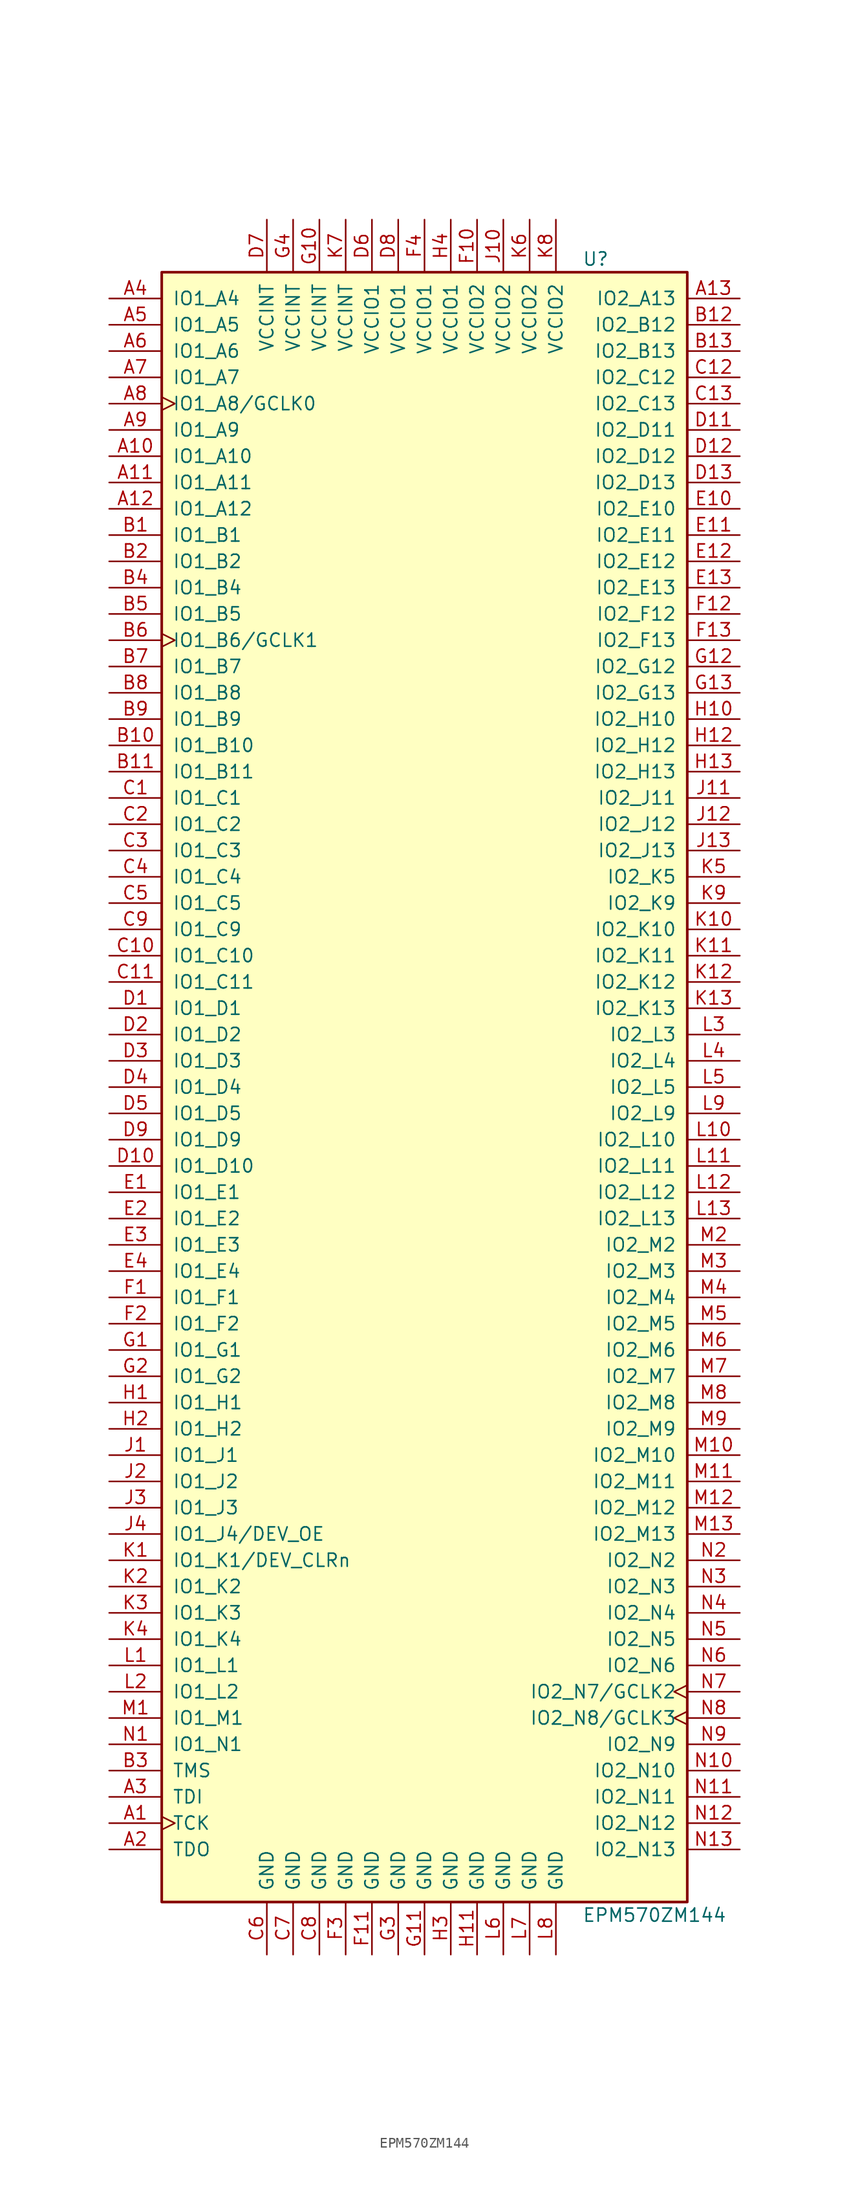
<source format=kicad_sym>
(kicad_symbol_lib
  (version 20201005)
  (generator kicad_symbol_editor)
  (symbol "CPLD_Altera:EPM570ZM144"
    (pin_names
      (offset 1.016))
    (property "Reference" "U"
      (at 15.24 80.01 0)
      (effects (font (size 1.27 1.27)) (justify left)))
    (property "Value" "EPM570ZM144"
      (at 15.24 -80.01 0)
      (effects (font (size 1.27 1.27)) (justify left)))
    (property "ki_locked" ""
      (at 0 0 0)
      (effects (font (size 1.27 1.27))))
    (symbol "EPM570ZM144_1_1"
      (rectangle (start -25.4 78.74) (end 25.4 -78.74) (stroke (width 0.254)) (fill (type background)))
      (pin bidirectional line (at -30.48 76.2 0) (length 5.08) (name "IO1_A4" (effects (font (size 1.27 1.27)))) (number "A4" (effects (font (size 1.27 1.27)))))
      (pin bidirectional line (at -30.48 73.66 0) (length 5.08) (name "IO1_A5" (effects (font (size 1.27 1.27)))) (number "A5" (effects (font (size 1.27 1.27)))))
      (pin bidirectional line (at -30.48 71.12 0) (length 5.08) (name "IO1_A6" (effects (font (size 1.27 1.27)))) (number "A6" (effects (font (size 1.27 1.27)))))
      (pin bidirectional line (at -30.48 68.58 0) (length 5.08) (name "IO1_A7" (effects (font (size 1.27 1.27)))) (number "A7" (effects (font (size 1.27 1.27)))))
      (pin bidirectional clock (at -30.48 66.04 0) (length 5.08) (name "IO1_A8/GCLK0" (effects (font (size 1.27 1.27)))) (number "A8" (effects (font (size 1.27 1.27)))))
      (pin bidirectional line (at -30.48 63.5 0) (length 5.08) (name "IO1_A9" (effects (font (size 1.27 1.27)))) (number "A9" (effects (font (size 1.27 1.27)))))
      (pin bidirectional line (at -30.48 60.96 0) (length 5.08) (name "IO1_A10" (effects (font (size 1.27 1.27)))) (number "A10" (effects (font (size 1.27 1.27)))))
      (pin bidirectional line (at -30.48 58.42 0) (length 5.08) (name "IO1_A11" (effects (font (size 1.27 1.27)))) (number "A11" (effects (font (size 1.27 1.27)))))
      (pin bidirectional line (at -30.48 55.88 0) (length 5.08) (name "IO1_A12" (effects (font (size 1.27 1.27)))) (number "A12" (effects (font (size 1.27 1.27)))))
      (pin bidirectional line (at 30.48 76.2 180) (length 5.08) (name "IO2_A13" (effects (font (size 1.27 1.27)))) (number "A13" (effects (font (size 1.27 1.27)))))
      (pin bidirectional line (at -30.48 53.34 0) (length 5.08) (name "IO1_B1" (effects (font (size 1.27 1.27)))) (number "B1" (effects (font (size 1.27 1.27)))))
      (pin bidirectional line (at -30.48 50.8 0) (length 5.08) (name "IO1_B2" (effects (font (size 1.27 1.27)))) (number "B2" (effects (font (size 1.27 1.27)))))
      (pin bidirectional line (at -30.48 48.26 0) (length 5.08) (name "IO1_B4" (effects (font (size 1.27 1.27)))) (number "B4" (effects (font (size 1.27 1.27)))))
      (pin bidirectional line (at -30.48 45.72 0) (length 5.08) (name "IO1_B5" (effects (font (size 1.27 1.27)))) (number "B5" (effects (font (size 1.27 1.27)))))
      (pin bidirectional clock (at -30.48 43.18 0) (length 5.08) (name "IO1_B6/GCLK1" (effects (font (size 1.27 1.27)))) (number "B6" (effects (font (size 1.27 1.27)))))
      (pin bidirectional line (at -30.48 40.64 0) (length 5.08) (name "IO1_B7" (effects (font (size 1.27 1.27)))) (number "B7" (effects (font (size 1.27 1.27)))))
      (pin bidirectional line (at -30.48 38.1 0) (length 5.08) (name "IO1_B8" (effects (font (size 1.27 1.27)))) (number "B8" (effects (font (size 1.27 1.27)))))
      (pin bidirectional line (at -30.48 35.56 0) (length 5.08) (name "IO1_B9" (effects (font (size 1.27 1.27)))) (number "B9" (effects (font (size 1.27 1.27)))))
      (pin bidirectional line (at -30.48 33.02 0) (length 5.08) (name "IO1_B10" (effects (font (size 1.27 1.27)))) (number "B10" (effects (font (size 1.27 1.27)))))
      (pin bidirectional line (at -30.48 30.48 0) (length 5.08) (name "IO1_B11" (effects (font (size 1.27 1.27)))) (number "B11" (effects (font (size 1.27 1.27)))))
      (pin bidirectional line (at 30.48 73.66 180) (length 5.08) (name "IO2_B12" (effects (font (size 1.27 1.27)))) (number "B12" (effects (font (size 1.27 1.27)))))
      (pin bidirectional line (at 30.48 71.12 180) (length 5.08) (name "IO2_B13" (effects (font (size 1.27 1.27)))) (number "B13" (effects (font (size 1.27 1.27)))))
      (pin bidirectional line (at -30.48 27.94 0) (length 5.08) (name "IO1_C1" (effects (font (size 1.27 1.27)))) (number "C1" (effects (font (size 1.27 1.27)))))
      (pin bidirectional line (at -30.48 25.4 0) (length 5.08) (name "IO1_C2" (effects (font (size 1.27 1.27)))) (number "C2" (effects (font (size 1.27 1.27)))))
      (pin bidirectional line (at -30.48 22.86 0) (length 5.08) (name "IO1_C3" (effects (font (size 1.27 1.27)))) (number "C3" (effects (font (size 1.27 1.27)))))
      (pin bidirectional line (at -30.48 20.32 0) (length 5.08) (name "IO1_C4" (effects (font (size 1.27 1.27)))) (number "C4" (effects (font (size 1.27 1.27)))))
      (pin bidirectional line (at -30.48 17.78 0) (length 5.08) (name "IO1_C5" (effects (font (size 1.27 1.27)))) (number "C5" (effects (font (size 1.27 1.27)))))
      (pin bidirectional line (at -30.48 15.24 0) (length 5.08) (name "IO1_C9" (effects (font (size 1.27 1.27)))) (number "C9" (effects (font (size 1.27 1.27)))))
      (pin bidirectional line (at -30.48 12.7 0) (length 5.08) (name "IO1_C10" (effects (font (size 1.27 1.27)))) (number "C10" (effects (font (size 1.27 1.27)))))
      (pin bidirectional line (at -30.48 10.16 0) (length 5.08) (name "IO1_C11" (effects (font (size 1.27 1.27)))) (number "C11" (effects (font (size 1.27 1.27)))))
      (pin bidirectional line (at 30.48 68.58 180) (length 5.08) (name "IO2_C12" (effects (font (size 1.27 1.27)))) (number "C12" (effects (font (size 1.27 1.27)))))
      (pin bidirectional line (at 30.48 66.04 180) (length 5.08) (name "IO2_C13" (effects (font (size 1.27 1.27)))) (number "C13" (effects (font (size 1.27 1.27)))))
      (pin bidirectional line (at -30.48 7.62 0) (length 5.08) (name "IO1_D1" (effects (font (size 1.27 1.27)))) (number "D1" (effects (font (size 1.27 1.27)))))
      (pin bidirectional line (at -30.48 5.08 0) (length 5.08) (name "IO1_D2" (effects (font (size 1.27 1.27)))) (number "D2" (effects (font (size 1.27 1.27)))))
      (pin bidirectional line (at -30.48 2.54 0) (length 5.08) (name "IO1_D3" (effects (font (size 1.27 1.27)))) (number "D3" (effects (font (size 1.27 1.27)))))
      (pin bidirectional line (at -30.48 0 0) (length 5.08) (name "IO1_D4" (effects (font (size 1.27 1.27)))) (number "D4" (effects (font (size 1.27 1.27)))))
      (pin bidirectional line (at -30.48 -2.54 0) (length 5.08) (name "IO1_D5" (effects (font (size 1.27 1.27)))) (number "D5" (effects (font (size 1.27 1.27)))))
      (pin bidirectional line (at -30.48 -5.08 0) (length 5.08) (name "IO1_D9" (effects (font (size 1.27 1.27)))) (number "D9" (effects (font (size 1.27 1.27)))))
      (pin bidirectional line (at -30.48 -7.62 0) (length 5.08) (name "IO1_D10" (effects (font (size 1.27 1.27)))) (number "D10" (effects (font (size 1.27 1.27)))))
      (pin bidirectional line (at 30.48 63.5 180) (length 5.08) (name "IO2_D11" (effects (font (size 1.27 1.27)))) (number "D11" (effects (font (size 1.27 1.27)))))
      (pin bidirectional line (at 30.48 60.96 180) (length 5.08) (name "IO2_D12" (effects (font (size 1.27 1.27)))) (number "D12" (effects (font (size 1.27 1.27)))))
      (pin bidirectional line (at 30.48 58.42 180) (length 5.08) (name "IO2_D13" (effects (font (size 1.27 1.27)))) (number "D13" (effects (font (size 1.27 1.27)))))
      (pin bidirectional line (at -30.48 -10.16 0) (length 5.08) (name "IO1_E1" (effects (font (size 1.27 1.27)))) (number "E1" (effects (font (size 1.27 1.27)))))
      (pin bidirectional line (at -30.48 -12.7 0) (length 5.08) (name "IO1_E2" (effects (font (size 1.27 1.27)))) (number "E2" (effects (font (size 1.27 1.27)))))
      (pin bidirectional line (at -30.48 -15.24 0) (length 5.08) (name "IO1_E3" (effects (font (size 1.27 1.27)))) (number "E3" (effects (font (size 1.27 1.27)))))
      (pin bidirectional line (at -30.48 -17.78 0) (length 5.08) (name "IO1_E4" (effects (font (size 1.27 1.27)))) (number "E4" (effects (font (size 1.27 1.27)))))
      (pin bidirectional line (at 30.48 55.88 180) (length 5.08) (name "IO2_E10" (effects (font (size 1.27 1.27)))) (number "E10" (effects (font (size 1.27 1.27)))))
      (pin bidirectional line (at 30.48 53.34 180) (length 5.08) (name "IO2_E11" (effects (font (size 1.27 1.27)))) (number "E11" (effects (font (size 1.27 1.27)))))
      (pin bidirectional line (at 30.48 50.8 180) (length 5.08) (name "IO2_E12" (effects (font (size 1.27 1.27)))) (number "E12" (effects (font (size 1.27 1.27)))))
      (pin bidirectional line (at 30.48 48.26 180) (length 5.08) (name "IO2_E13" (effects (font (size 1.27 1.27)))) (number "E13" (effects (font (size 1.27 1.27)))))
      (pin bidirectional line (at -30.48 -20.32 0) (length 5.08) (name "IO1_F1" (effects (font (size 1.27 1.27)))) (number "F1" (effects (font (size 1.27 1.27)))))
      (pin bidirectional line (at -30.48 -22.86 0) (length 5.08) (name "IO1_F2" (effects (font (size 1.27 1.27)))) (number "F2" (effects (font (size 1.27 1.27)))))
      (pin bidirectional line (at 30.48 45.72 180) (length 5.08) (name "IO2_F12" (effects (font (size 1.27 1.27)))) (number "F12" (effects (font (size 1.27 1.27)))))
      (pin bidirectional line (at 30.48 43.18 180) (length 5.08) (name "IO2_F13" (effects (font (size 1.27 1.27)))) (number "F13" (effects (font (size 1.27 1.27)))))
      (pin bidirectional line (at -30.48 -25.4 0) (length 5.08) (name "IO1_G1" (effects (font (size 1.27 1.27)))) (number "G1" (effects (font (size 1.27 1.27)))))
      (pin bidirectional line (at -30.48 -27.94 0) (length 5.08) (name "IO1_G2" (effects (font (size 1.27 1.27)))) (number "G2" (effects (font (size 1.27 1.27)))))
      (pin bidirectional line (at 30.48 40.64 180) (length 5.08) (name "IO2_G12" (effects (font (size 1.27 1.27)))) (number "G12" (effects (font (size 1.27 1.27)))))
      (pin bidirectional line (at 30.48 38.1 180) (length 5.08) (name "IO2_G13" (effects (font (size 1.27 1.27)))) (number "G13" (effects (font (size 1.27 1.27)))))
      (pin bidirectional line (at -30.48 -30.48 0) (length 5.08) (name "IO1_H1" (effects (font (size 1.27 1.27)))) (number "H1" (effects (font (size 1.27 1.27)))))
      (pin bidirectional line (at -30.48 -33.02 0) (length 5.08) (name "IO1_H2" (effects (font (size 1.27 1.27)))) (number "H2" (effects (font (size 1.27 1.27)))))
      (pin bidirectional line (at 30.48 35.56 180) (length 5.08) (name "IO2_H10" (effects (font (size 1.27 1.27)))) (number "H10" (effects (font (size 1.27 1.27)))))
      (pin bidirectional line (at 30.48 33.02 180) (length 5.08) (name "IO2_H12" (effects (font (size 1.27 1.27)))) (number "H12" (effects (font (size 1.27 1.27)))))
      (pin bidirectional line (at 30.48 30.48 180) (length 5.08) (name "IO2_H13" (effects (font (size 1.27 1.27)))) (number "H13" (effects (font (size 1.27 1.27)))))
      (pin bidirectional line (at -30.48 -35.56 0) (length 5.08) (name "IO1_J1" (effects (font (size 1.27 1.27)))) (number "J1" (effects (font (size 1.27 1.27)))))
      (pin bidirectional line (at -30.48 -38.1 0) (length 5.08) (name "IO1_J2" (effects (font (size 1.27 1.27)))) (number "J2" (effects (font (size 1.27 1.27)))))
      (pin bidirectional line (at -30.48 -40.64 0) (length 5.08) (name "IO1_J3" (effects (font (size 1.27 1.27)))) (number "J3" (effects (font (size 1.27 1.27)))))
      (pin bidirectional line (at -30.48 -43.18 0) (length 5.08) (name "IO1_J4/DEV_OE" (effects (font (size 1.27 1.27)))) (number "J4" (effects (font (size 1.27 1.27)))))
      (pin bidirectional line (at 30.48 27.94 180) (length 5.08) (name "IO2_J11" (effects (font (size 1.27 1.27)))) (number "J11" (effects (font (size 1.27 1.27)))))
      (pin bidirectional line (at 30.48 25.4 180) (length 5.08) (name "IO2_J12" (effects (font (size 1.27 1.27)))) (number "J12" (effects (font (size 1.27 1.27)))))
      (pin bidirectional line (at 30.48 22.86 180) (length 5.08) (name "IO2_J13" (effects (font (size 1.27 1.27)))) (number "J13" (effects (font (size 1.27 1.27)))))
      (pin bidirectional line (at -30.48 -45.72 0) (length 5.08) (name "IO1_K1/DEV_CLRn" (effects (font (size 1.27 1.27)))) (number "K1" (effects (font (size 1.27 1.27)))))
      (pin bidirectional line (at -30.48 -48.26 0) (length 5.08) (name "IO1_K2" (effects (font (size 1.27 1.27)))) (number "K2" (effects (font (size 1.27 1.27)))))
      (pin bidirectional line (at -30.48 -50.8 0) (length 5.08) (name "IO1_K3" (effects (font (size 1.27 1.27)))) (number "K3" (effects (font (size 1.27 1.27)))))
      (pin bidirectional line (at -30.48 -53.34 0) (length 5.08) (name "IO1_K4" (effects (font (size 1.27 1.27)))) (number "K4" (effects (font (size 1.27 1.27)))))
      (pin bidirectional line (at 30.48 20.32 180) (length 5.08) (name "IO2_K5" (effects (font (size 1.27 1.27)))) (number "K5" (effects (font (size 1.27 1.27)))))
      (pin bidirectional line (at 30.48 17.78 180) (length 5.08) (name "IO2_K9" (effects (font (size 1.27 1.27)))) (number "K9" (effects (font (size 1.27 1.27)))))
      (pin bidirectional line (at 30.48 15.24 180) (length 5.08) (name "IO2_K10" (effects (font (size 1.27 1.27)))) (number "K10" (effects (font (size 1.27 1.27)))))
      (pin bidirectional line (at 30.48 12.7 180) (length 5.08) (name "IO2_K11" (effects (font (size 1.27 1.27)))) (number "K11" (effects (font (size 1.27 1.27)))))
      (pin bidirectional line (at 30.48 10.16 180) (length 5.08) (name "IO2_K12" (effects (font (size 1.27 1.27)))) (number "K12" (effects (font (size 1.27 1.27)))))
      (pin bidirectional line (at 30.48 7.62 180) (length 5.08) (name "IO2_K13" (effects (font (size 1.27 1.27)))) (number "K13" (effects (font (size 1.27 1.27)))))
      (pin bidirectional line (at -30.48 -55.88 0) (length 5.08) (name "IO1_L1" (effects (font (size 1.27 1.27)))) (number "L1" (effects (font (size 1.27 1.27)))))
      (pin bidirectional line (at -30.48 -58.42 0) (length 5.08) (name "IO1_L2" (effects (font (size 1.27 1.27)))) (number "L2" (effects (font (size 1.27 1.27)))))
      (pin bidirectional line (at 30.48 5.08 180) (length 5.08) (name "IO2_L3" (effects (font (size 1.27 1.27)))) (number "L3" (effects (font (size 1.27 1.27)))))
      (pin bidirectional line (at 30.48 2.54 180) (length 5.08) (name "IO2_L4" (effects (font (size 1.27 1.27)))) (number "L4" (effects (font (size 1.27 1.27)))))
      (pin bidirectional line (at 30.48 0 180) (length 5.08) (name "IO2_L5" (effects (font (size 1.27 1.27)))) (number "L5" (effects (font (size 1.27 1.27)))))
      (pin bidirectional line (at 30.48 -2.54 180) (length 5.08) (name "IO2_L9" (effects (font (size 1.27 1.27)))) (number "L9" (effects (font (size 1.27 1.27)))))
      (pin bidirectional line (at 30.48 -5.08 180) (length 5.08) (name "IO2_L10" (effects (font (size 1.27 1.27)))) (number "L10" (effects (font (size 1.27 1.27)))))
      (pin bidirectional line (at 30.48 -7.62 180) (length 5.08) (name "IO2_L11" (effects (font (size 1.27 1.27)))) (number "L11" (effects (font (size 1.27 1.27)))))
      (pin bidirectional line (at 30.48 -10.16 180) (length 5.08) (name "IO2_L12" (effects (font (size 1.27 1.27)))) (number "L12" (effects (font (size 1.27 1.27)))))
      (pin bidirectional line (at 30.48 -12.7 180) (length 5.08) (name "IO2_L13" (effects (font (size 1.27 1.27)))) (number "L13" (effects (font (size 1.27 1.27)))))
      (pin bidirectional line (at -30.48 -60.96 0) (length 5.08) (name "IO1_M1" (effects (font (size 1.27 1.27)))) (number "M1" (effects (font (size 1.27 1.27)))))
      (pin bidirectional line (at 30.48 -15.24 180) (length 5.08) (name "IO2_M2" (effects (font (size 1.27 1.27)))) (number "M2" (effects (font (size 1.27 1.27)))))
      (pin bidirectional line (at 30.48 -17.78 180) (length 5.08) (name "IO2_M3" (effects (font (size 1.27 1.27)))) (number "M3" (effects (font (size 1.27 1.27)))))
      (pin bidirectional line (at 30.48 -20.32 180) (length 5.08) (name "IO2_M4" (effects (font (size 1.27 1.27)))) (number "M4" (effects (font (size 1.27 1.27)))))
      (pin bidirectional line (at 30.48 -22.86 180) (length 5.08) (name "IO2_M5" (effects (font (size 1.27 1.27)))) (number "M5" (effects (font (size 1.27 1.27)))))
      (pin bidirectional line (at 30.48 -25.4 180) (length 5.08) (name "IO2_M6" (effects (font (size 1.27 1.27)))) (number "M6" (effects (font (size 1.27 1.27)))))
      (pin bidirectional line (at 30.48 -27.94 180) (length 5.08) (name "IO2_M7" (effects (font (size 1.27 1.27)))) (number "M7" (effects (font (size 1.27 1.27)))))
      (pin bidirectional line (at 30.48 -30.48 180) (length 5.08) (name "IO2_M8" (effects (font (size 1.27 1.27)))) (number "M8" (effects (font (size 1.27 1.27)))))
      (pin bidirectional line (at 30.48 -33.02 180) (length 5.08) (name "IO2_M9" (effects (font (size 1.27 1.27)))) (number "M9" (effects (font (size 1.27 1.27)))))
      (pin bidirectional line (at 30.48 -35.56 180) (length 5.08) (name "IO2_M10" (effects (font (size 1.27 1.27)))) (number "M10" (effects (font (size 1.27 1.27)))))
      (pin bidirectional line (at 30.48 -38.1 180) (length 5.08) (name "IO2_M11" (effects (font (size 1.27 1.27)))) (number "M11" (effects (font (size 1.27 1.27)))))
      (pin bidirectional line (at 30.48 -40.64 180) (length 5.08) (name "IO2_M12" (effects (font (size 1.27 1.27)))) (number "M12" (effects (font (size 1.27 1.27)))))
      (pin bidirectional line (at 30.48 -43.18 180) (length 5.08) (name "IO2_M13" (effects (font (size 1.27 1.27)))) (number "M13" (effects (font (size 1.27 1.27)))))
      (pin bidirectional line (at -30.48 -63.5 0) (length 5.08) (name "IO1_N1" (effects (font (size 1.27 1.27)))) (number "N1" (effects (font (size 1.27 1.27)))))
      (pin bidirectional line (at 30.48 -45.72 180) (length 5.08) (name "IO2_N2" (effects (font (size 1.27 1.27)))) (number "N2" (effects (font (size 1.27 1.27)))))
      (pin bidirectional line (at 30.48 -48.26 180) (length 5.08) (name "IO2_N3" (effects (font (size 1.27 1.27)))) (number "N3" (effects (font (size 1.27 1.27)))))
      (pin bidirectional line (at 30.48 -50.8 180) (length 5.08) (name "IO2_N4" (effects (font (size 1.27 1.27)))) (number "N4" (effects (font (size 1.27 1.27)))))
      (pin bidirectional line (at 30.48 -53.34 180) (length 5.08) (name "IO2_N5" (effects (font (size 1.27 1.27)))) (number "N5" (effects (font (size 1.27 1.27)))))
      (pin bidirectional line (at 30.48 -55.88 180) (length 5.08) (name "IO2_N6" (effects (font (size 1.27 1.27)))) (number "N6" (effects (font (size 1.27 1.27)))))
      (pin bidirectional clock (at 30.48 -58.42 180) (length 5.08) (name "IO2_N7/GCLK2" (effects (font (size 1.27 1.27)))) (number "N7" (effects (font (size 1.27 1.27)))))
      (pin bidirectional clock (at 30.48 -60.96 180) (length 5.08) (name "IO2_N8/GCLK3" (effects (font (size 1.27 1.27)))) (number "N8" (effects (font (size 1.27 1.27)))))
      (pin bidirectional line (at 30.48 -63.5 180) (length 5.08) (name "IO2_N9" (effects (font (size 1.27 1.27)))) (number "N9" (effects (font (size 1.27 1.27)))))
      (pin bidirectional line (at 30.48 -66.04 180) (length 5.08) (name "IO2_N10" (effects (font (size 1.27 1.27)))) (number "N10" (effects (font (size 1.27 1.27)))))
      (pin bidirectional line (at 30.48 -68.58 180) (length 5.08) (name "IO2_N11" (effects (font (size 1.27 1.27)))) (number "N11" (effects (font (size 1.27 1.27)))))
      (pin bidirectional line (at 30.48 -71.12 180) (length 5.08) (name "IO2_N12" (effects (font (size 1.27 1.27)))) (number "N12" (effects (font (size 1.27 1.27)))))
      (pin bidirectional line (at 30.48 -73.66 180) (length 5.08) (name "IO2_N13" (effects (font (size 1.27 1.27)))) (number "N13" (effects (font (size 1.27 1.27)))))
      (pin input line (at -30.48 -66.04 0) (length 5.08) (name "TMS" (effects (font (size 1.27 1.27)))) (number "B3" (effects (font (size 1.27 1.27)))))
      (pin input line (at -30.48 -68.58 0) (length 5.08) (name "TDI" (effects (font (size 1.27 1.27)))) (number "A3" (effects (font (size 1.27 1.27)))))
      (pin input clock (at -30.48 -71.12 0) (length 5.08) (name "TCK" (effects (font (size 1.27 1.27)))) (number "A1" (effects (font (size 1.27 1.27)))))
      (pin output line (at -30.48 -73.66 0) (length 5.08) (name "TDO" (effects (font (size 1.27 1.27)))) (number "A2" (effects (font (size 1.27 1.27)))))
      (pin power_in line (at -15.24 -83.82 90) (length 5.08) (name "GND" (effects (font (size 1.27 1.27)))) (number "C6" (effects (font (size 1.27 1.27)))))
      (pin power_in line (at -12.7 -83.82 90) (length 5.08) (name "GND" (effects (font (size 1.27 1.27)))) (number "C7" (effects (font (size 1.27 1.27)))))
      (pin power_in line (at -10.16 -83.82 90) (length 5.08) (name "GND" (effects (font (size 1.27 1.27)))) (number "C8" (effects (font (size 1.27 1.27)))))
      (pin power_in line (at -7.62 -83.82 90) (length 5.08) (name "GND" (effects (font (size 1.27 1.27)))) (number "F3" (effects (font (size 1.27 1.27)))))
      (pin power_in line (at -5.08 -83.82 90) (length 5.08) (name "GND" (effects (font (size 1.27 1.27)))) (number "F11" (effects (font (size 1.27 1.27)))))
      (pin power_in line (at -2.54 -83.82 90) (length 5.08) (name "GND" (effects (font (size 1.27 1.27)))) (number "G3" (effects (font (size 1.27 1.27)))))
      (pin power_in line (at 0 -83.82 90) (length 5.08) (name "GND" (effects (font (size 1.27 1.27)))) (number "G11" (effects (font (size 1.27 1.27)))))
      (pin power_in line (at 2.54 -83.82 90) (length 5.08) (name "GND" (effects (font (size 1.27 1.27)))) (number "H3" (effects (font (size 1.27 1.27)))))
      (pin power_in line (at 5.08 -83.82 90) (length 5.08) (name "GND" (effects (font (size 1.27 1.27)))) (number "H11" (effects (font (size 1.27 1.27)))))
      (pin power_in line (at 7.62 -83.82 90) (length 5.08) (name "GND" (effects (font (size 1.27 1.27)))) (number "L6" (effects (font (size 1.27 1.27)))))
      (pin power_in line (at 10.16 -83.82 90) (length 5.08) (name "GND" (effects (font (size 1.27 1.27)))) (number "L7" (effects (font (size 1.27 1.27)))))
      (pin power_in line (at 12.7 -83.82 90) (length 5.08) (name "GND" (effects (font (size 1.27 1.27)))) (number "L8" (effects (font (size 1.27 1.27)))))
      (pin power_in line (at -15.24 83.82 270) (length 5.08) (name "VCCINT" (effects (font (size 1.27 1.27)))) (number "D7" (effects (font (size 1.27 1.27)))))
      (pin power_in line (at -12.7 83.82 270) (length 5.08) (name "VCCINT" (effects (font (size 1.27 1.27)))) (number "G4" (effects (font (size 1.27 1.27)))))
      (pin power_in line (at -10.16 83.82 270) (length 5.08) (name "VCCINT" (effects (font (size 1.27 1.27)))) (number "G10" (effects (font (size 1.27 1.27)))))
      (pin power_in line (at -7.62 83.82 270) (length 5.08) (name "VCCINT" (effects (font (size 1.27 1.27)))) (number "K7" (effects (font (size 1.27 1.27)))))
      (pin power_in line (at -5.08 83.82 270) (length 5.08) (name "VCCIO1" (effects (font (size 1.27 1.27)))) (number "D6" (effects (font (size 1.27 1.27)))))
      (pin power_in line (at -2.54 83.82 270) (length 5.08) (name "VCCIO1" (effects (font (size 1.27 1.27)))) (number "D8" (effects (font (size 1.27 1.27)))))
      (pin power_in line (at 0 83.82 270) (length 5.08) (name "VCCIO1" (effects (font (size 1.27 1.27)))) (number "F4" (effects (font (size 1.27 1.27)))))
      (pin power_in line (at 2.54 83.82 270) (length 5.08) (name "VCCIO1" (effects (font (size 1.27 1.27)))) (number "H4" (effects (font (size 1.27 1.27)))))
      (pin power_in line (at 5.08 83.82 270) (length 5.08) (name "VCCIO2" (effects (font (size 1.27 1.27)))) (number "F10" (effects (font (size 1.27 1.27)))))
      (pin power_in line (at 7.62 83.82 270) (length 5.08) (name "VCCIO2" (effects (font (size 1.27 1.27)))) (number "J10" (effects (font (size 1.27 1.27)))))
      (pin power_in line (at 10.16 83.82 270) (length 5.08) (name "VCCIO2" (effects (font (size 1.27 1.27)))) (number "K6" (effects (font (size 1.27 1.27)))))
      (pin power_in line (at 12.7 83.82 270) (length 5.08) (name "VCCIO2" (effects (font (size 1.27 1.27)))) (number "K8" (effects (font (size 1.27 1.27))))))))
</source>
